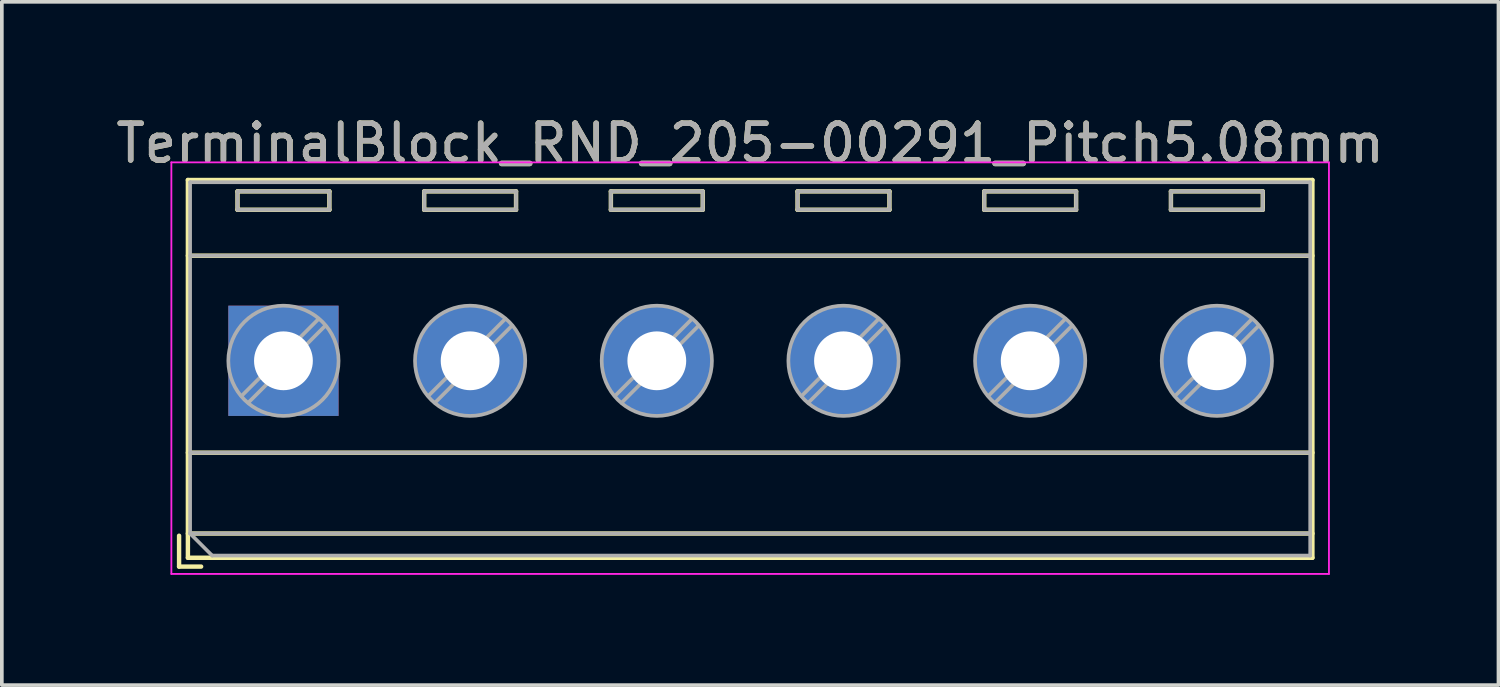
<source format=kicad_pcb>
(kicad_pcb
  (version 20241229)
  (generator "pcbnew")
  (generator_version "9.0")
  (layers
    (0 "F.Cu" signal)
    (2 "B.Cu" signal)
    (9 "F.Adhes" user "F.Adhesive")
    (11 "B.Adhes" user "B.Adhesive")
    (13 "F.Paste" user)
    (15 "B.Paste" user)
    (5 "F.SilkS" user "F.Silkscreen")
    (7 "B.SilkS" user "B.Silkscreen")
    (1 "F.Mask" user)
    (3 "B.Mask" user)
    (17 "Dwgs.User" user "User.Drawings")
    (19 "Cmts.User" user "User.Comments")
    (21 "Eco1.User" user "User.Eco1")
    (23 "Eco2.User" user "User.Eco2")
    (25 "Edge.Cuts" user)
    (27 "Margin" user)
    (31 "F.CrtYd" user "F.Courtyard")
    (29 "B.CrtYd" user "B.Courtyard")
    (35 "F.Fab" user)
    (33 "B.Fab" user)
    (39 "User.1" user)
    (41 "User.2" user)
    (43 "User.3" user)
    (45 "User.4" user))
  (footprint "TerminalBlock_RND_205-00291_Pitch5.08mm"
    (layer "F.Cu")
    (at 4.663 6.768)
    (property "Reference" "TerminalBlock_RND_205-00291_Pitch5.08mm" (at 12.7 -5.92 0) (layer "F.SilkS") (effects (font (size 1 1) (thickness 0.15))))
    (attr through_hole)
    (fp_line (start -2.84 4.76) (end -2.84 5.6) (stroke (width 0.12) (type solid)) (layer "F.SilkS"))
    (fp_line (start -2.84 5.6) (end -2.24 5.6) (stroke (width 0.12) (type solid)) (layer "F.SilkS"))
    (fp_line (start -2.6 -4.92) (end -2.6 5.36) (stroke (width 0.12) (type solid)) (layer "F.SilkS"))
    (fp_line (start -2.6 -2.86) (end 28 -2.86) (stroke (width 0.12) (type solid)) (layer "F.SilkS"))
    (fp_line (start -2.6 2.5) (end 28 2.5) (stroke (width 0.12) (type solid)) (layer "F.SilkS"))
    (fp_line (start -2.6 4.7) (end 28 4.7) (stroke (width 0.12) (type solid)) (layer "F.SilkS"))
    (fp_line (start -2.6 5.36) (end 28 5.36) (stroke (width 0.12) (type solid)) (layer "F.SilkS"))
    (fp_line (start -1.25 -4.61) (end -1.25 -4.11) (stroke (width 0.12) (type solid)) (layer "F.SilkS"))
    (fp_line (start -1.25 -4.61) (end 1.25 -4.61) (stroke (width 0.12) (type solid)) (layer "F.SilkS"))
    (fp_line (start -1.25 -4.11) (end 1.25 -4.11) (stroke (width 0.12) (type solid)) (layer "F.SilkS"))
    (fp_line (start 1.25 -4.61) (end 1.25 -4.11) (stroke (width 0.12) (type solid)) (layer "F.SilkS"))
    (fp_line (start 3.83 -4.61) (end 3.83 -4.11) (stroke (width 0.12) (type solid)) (layer "F.SilkS"))
    (fp_line (start 3.83 -4.61) (end 6.33 -4.61) (stroke (width 0.12) (type solid)) (layer "F.SilkS"))
    (fp_line (start 3.83 -4.11) (end 6.33 -4.11) (stroke (width 0.12) (type solid)) (layer "F.SilkS"))
    (fp_line (start 6.33 -4.61) (end 6.33 -4.11) (stroke (width 0.12) (type solid)) (layer "F.SilkS"))
    (fp_line (start 8.91 -4.61) (end 8.91 -4.11) (stroke (width 0.12) (type solid)) (layer "F.SilkS"))
    (fp_line (start 8.91 -4.61) (end 11.41 -4.61) (stroke (width 0.12) (type solid)) (layer "F.SilkS"))
    (fp_line (start 8.91 -4.11) (end 11.41 -4.11) (stroke (width 0.12) (type solid)) (layer "F.SilkS"))
    (fp_line (start 11.41 -4.61) (end 11.41 -4.11) (stroke (width 0.12) (type solid)) (layer "F.SilkS"))
    (fp_line (start 13.99 -4.61) (end 13.99 -4.11) (stroke (width 0.12) (type solid)) (layer "F.SilkS"))
    (fp_line (start 13.99 -4.61) (end 16.49 -4.61) (stroke (width 0.12) (type solid)) (layer "F.SilkS"))
    (fp_line (start 13.99 -4.11) (end 16.49 -4.11) (stroke (width 0.12) (type solid)) (layer "F.SilkS"))
    (fp_line (start 16.49 -4.61) (end 16.49 -4.11) (stroke (width 0.12) (type solid)) (layer "F.SilkS"))
    (fp_line (start 19.07 -4.61) (end 19.07 -4.11) (stroke (width 0.12) (type solid)) (layer "F.SilkS"))
    (fp_line (start 19.07 -4.61) (end 21.57 -4.61) (stroke (width 0.12) (type solid)) (layer "F.SilkS"))
    (fp_line (start 19.07 -4.11) (end 21.57 -4.11) (stroke (width 0.12) (type solid)) (layer "F.SilkS"))
    (fp_line (start 21.57 -4.61) (end 21.57 -4.11) (stroke (width 0.12) (type solid)) (layer "F.SilkS"))
    (fp_line (start 24.15 -4.61) (end 24.15 -4.11) (stroke (width 0.12) (type solid)) (layer "F.SilkS"))
    (fp_line (start 24.15 -4.61) (end 26.65 -4.61) (stroke (width 0.12) (type solid)) (layer "F.SilkS"))
    (fp_line (start 24.15 -4.11) (end 26.65 -4.11) (stroke (width 0.12) (type solid)) (layer "F.SilkS"))
    (fp_line (start 26.65 -4.61) (end 26.65 -4.11) (stroke (width 0.12) (type solid)) (layer "F.SilkS"))
    (fp_line (start 28 -4.92) (end -2.6 -4.92) (stroke (width 0.12) (type solid)) (layer "F.SilkS"))
    (fp_line (start 28 5.36) (end 28 -4.92) (stroke (width 0.12) (type solid)) (layer "F.SilkS"))
    (fp_line (start -3.05 -5.4) (end -3.05 5.8) (stroke (width 0.05) (type solid)) (layer "F.CrtYd"))
    (fp_line (start -3.05 5.8) (end 28.45 5.8) (stroke (width 0.05) (type solid)) (layer "F.CrtYd"))
    (fp_line (start 28.45 -5.4) (end -3.05 -5.4) (stroke (width 0.05) (type solid)) (layer "F.CrtYd"))
    (fp_line (start 28.45 5.8) (end 28.45 -5.4) (stroke (width 0.05) (type solid)) (layer "F.CrtYd"))
    (fp_line (start -2.54 -4.86) (end 27.94 -4.86) (stroke (width 0.1) (type solid)) (layer "F.Fab"))
    (fp_line (start -2.54 -2.86) (end 27.94 -2.86) (stroke (width 0.1) (type solid)) (layer "F.Fab"))
    (fp_line (start -2.54 2.5) (end 27.94 2.5) (stroke (width 0.1) (type solid)) (layer "F.Fab"))
    (fp_line (start -2.54 4.7) (end -2.54 -4.86) (stroke (width 0.1) (type solid)) (layer "F.Fab"))
    (fp_line (start -2.54 4.7) (end 27.94 4.7) (stroke (width 0.1) (type solid)) (layer "F.Fab"))
    (fp_line (start -1.94 5.3) (end -2.54 4.7) (stroke (width 0.1) (type solid)) (layer "F.Fab"))
    (fp_line (start -1.25 -4.61) (end -1.25 -4.11) (stroke (width 0.1) (type solid)) (layer "F.Fab"))
    (fp_line (start -1.25 -4.11) (end 1.25 -4.11) (stroke (width 0.1) (type solid)) (layer "F.Fab"))
    (fp_line (start 0.955 -1.138) (end -1.138 0.955) (stroke (width 0.1) (type solid)) (layer "F.Fab"))
    (fp_line (start 1.138 -0.955) (end -0.955 1.138) (stroke (width 0.1) (type solid)) (layer "F.Fab"))
    (fp_line (start 1.25 -4.61) (end -1.25 -4.61) (stroke (width 0.1) (type solid)) (layer "F.Fab"))
    (fp_line (start 1.25 -4.11) (end 1.25 -4.61) (stroke (width 0.1) (type solid)) (layer "F.Fab"))
    (fp_line (start 3.83 -4.61) (end 3.83 -4.11) (stroke (width 0.1) (type solid)) (layer "F.Fab"))
    (fp_line (start 3.83 -4.11) (end 6.33 -4.11) (stroke (width 0.1) (type solid)) (layer "F.Fab"))
    (fp_line (start 6.035 -1.138) (end 3.943 0.955) (stroke (width 0.1) (type solid)) (layer "F.Fab"))
    (fp_line (start 6.218 -0.955) (end 4.126 1.138) (stroke (width 0.1) (type solid)) (layer "F.Fab"))
    (fp_line (start 6.33 -4.61) (end 3.83 -4.61) (stroke (width 0.1) (type solid)) (layer "F.Fab"))
    (fp_line (start 6.33 -4.11) (end 6.33 -4.61) (stroke (width 0.1) (type solid)) (layer "F.Fab"))
    (fp_line (start 8.91 -4.61) (end 8.91 -4.11) (stroke (width 0.1) (type solid)) (layer "F.Fab"))
    (fp_line (start 8.91 -4.11) (end 11.41 -4.11) (stroke (width 0.1) (type solid)) (layer "F.Fab"))
    (fp_line (start 11.115 -1.138) (end 9.023 0.955) (stroke (width 0.1) (type solid)) (layer "F.Fab"))
    (fp_line (start 11.298 -0.955) (end 9.206 1.138) (stroke (width 0.1) (type solid)) (layer "F.Fab"))
    (fp_line (start 11.41 -4.61) (end 8.91 -4.61) (stroke (width 0.1) (type solid)) (layer "F.Fab"))
    (fp_line (start 11.41 -4.11) (end 11.41 -4.61) (stroke (width 0.1) (type solid)) (layer "F.Fab"))
    (fp_line (start 13.99 -4.61) (end 13.99 -4.11) (stroke (width 0.1) (type solid)) (layer "F.Fab"))
    (fp_line (start 13.99 -4.11) (end 16.49 -4.11) (stroke (width 0.1) (type solid)) (layer "F.Fab"))
    (fp_line (start 16.195 -1.138) (end 14.103 0.955) (stroke (width 0.1) (type solid)) (layer "F.Fab"))
    (fp_line (start 16.378 -0.955) (end 14.286 1.138) (stroke (width 0.1) (type solid)) (layer "F.Fab"))
    (fp_line (start 16.49 -4.61) (end 13.99 -4.61) (stroke (width 0.1) (type solid)) (layer "F.Fab"))
    (fp_line (start 16.49 -4.11) (end 16.49 -4.61) (stroke (width 0.1) (type solid)) (layer "F.Fab"))
    (fp_line (start 19.07 -4.61) (end 19.07 -4.11) (stroke (width 0.1) (type solid)) (layer "F.Fab"))
    (fp_line (start 19.07 -4.11) (end 21.57 -4.11) (stroke (width 0.1) (type solid)) (layer "F.Fab"))
    (fp_line (start 21.275 -1.138) (end 19.183 0.955) (stroke (width 0.1) (type solid)) (layer "F.Fab"))
    (fp_line (start 21.458 -0.955) (end 19.366 1.138) (stroke (width 0.1) (type solid)) (layer "F.Fab"))
    (fp_line (start 21.57 -4.61) (end 19.07 -4.61) (stroke (width 0.1) (type solid)) (layer "F.Fab"))
    (fp_line (start 21.57 -4.11) (end 21.57 -4.61) (stroke (width 0.1) (type solid)) (layer "F.Fab"))
    (fp_line (start 24.15 -4.61) (end 24.15 -4.11) (stroke (width 0.1) (type solid)) (layer "F.Fab"))
    (fp_line (start 24.15 -4.11) (end 26.65 -4.11) (stroke (width 0.1) (type solid)) (layer "F.Fab"))
    (fp_line (start 26.355 -1.138) (end 24.263 0.955) (stroke (width 0.1) (type solid)) (layer "F.Fab"))
    (fp_line (start 26.538 -0.955) (end 24.446 1.138) (stroke (width 0.1) (type solid)) (layer "F.Fab"))
    (fp_line (start 26.65 -4.61) (end 24.15 -4.61) (stroke (width 0.1) (type solid)) (layer "F.Fab"))
    (fp_line (start 26.65 -4.11) (end 26.65 -4.61) (stroke (width 0.1) (type solid)) (layer "F.Fab"))
    (fp_line (start 27.94 -4.86) (end 27.94 5.3) (stroke (width 0.1) (type solid)) (layer "F.Fab"))
    (fp_line (start 27.94 5.3) (end -1.94 5.3) (stroke (width 0.1) (type solid)) (layer "F.Fab"))
    (fp_circle (center 0 0) (end 1.5 0) (stroke (width 0.1) (type solid)) (fill no) (layer "F.Fab"))
    (fp_circle (center 5.08 0) (end 6.58 0) (stroke (width 0.1) (type solid)) (fill no) (layer "F.Fab"))
    (fp_circle (center 10.16 0) (end 11.66 0) (stroke (width 0.1) (type solid)) (fill no) (layer "F.Fab"))
    (fp_circle (center 15.24 0) (end 16.74 0) (stroke (width 0.1) (type solid)) (fill no) (layer "F.Fab"))
    (fp_circle (center 20.32 0) (end 21.82 0) (stroke (width 0.1) (type solid)) (fill no) (layer "F.Fab"))
    (fp_circle (center 25.4 0) (end 26.9 0) (stroke (width 0.1) (type solid)) (fill no) (layer "F.Fab"))
    (fp_text user "${REFERENCE}" (at 12.7 -5.92 0) (layer "F.Fab") (effects (font (size 1 1) (thickness 0.15))))
    (pad "1" thru_hole rect (at 0 0) (size 3 3) (drill 1.6) (layers "*.Cu" "*.Mask"))
    (pad "2" thru_hole circle (at 5.08 0) (size 3 3) (drill 1.6) (layers "*.Cu" "*.Mask"))
    (pad "3" thru_hole circle (at 10.16 0) (size 3 3) (drill 1.6) (layers "*.Cu" "*.Mask"))
    (pad "4" thru_hole circle (at 15.24 0) (size 3 3) (drill 1.6) (layers "*.Cu" "*.Mask"))
    (pad "5" thru_hole circle (at 20.32 0) (size 3 3) (drill 1.6) (layers "*.Cu" "*.Mask"))
    (pad "6" thru_hole circle (at 25.4 0) (size 3 3) (drill 1.6) (layers "*.Cu" "*.Mask")))
  (gr_rect
    (start -3 -3)
    (end 37.726 15.593)
    (stroke (width 0.1) (type default))
    (fill no)
    (layer "Edge.Cuts")))
</source>
